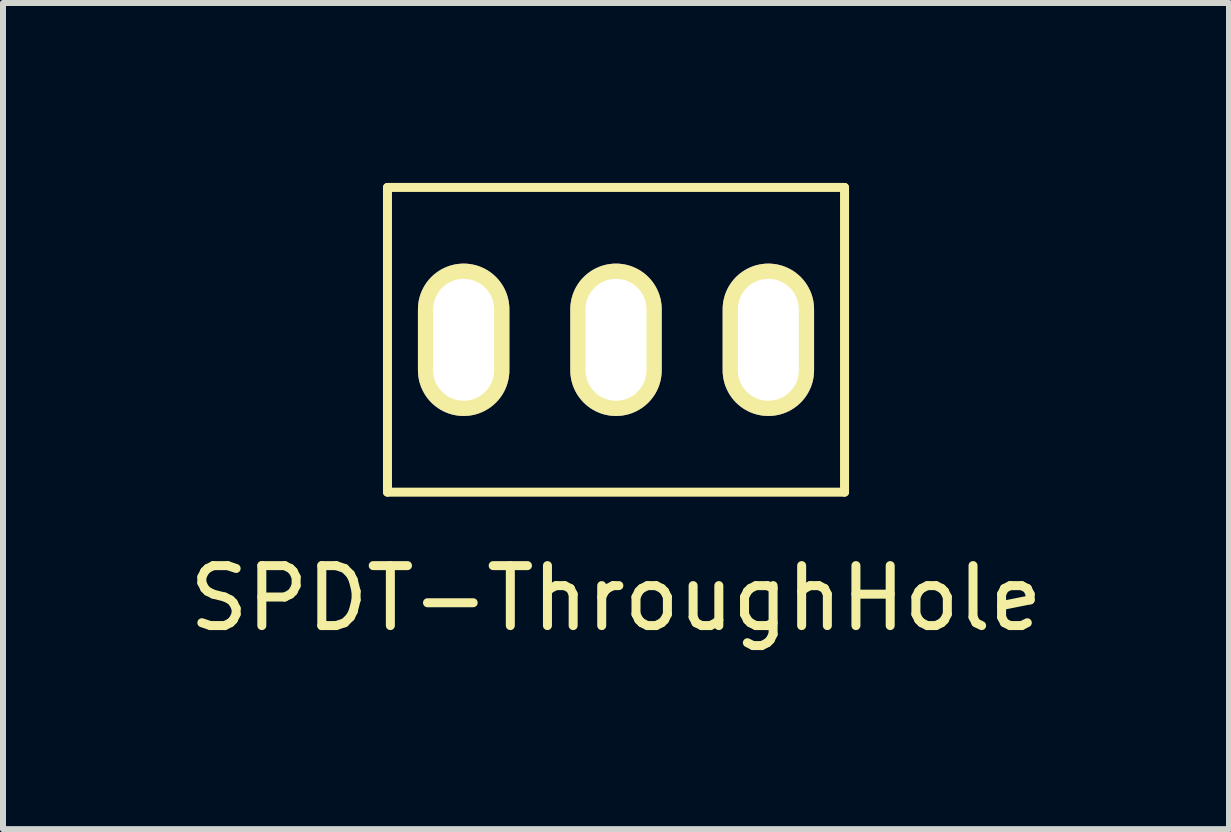
<source format=kicad_pcb>
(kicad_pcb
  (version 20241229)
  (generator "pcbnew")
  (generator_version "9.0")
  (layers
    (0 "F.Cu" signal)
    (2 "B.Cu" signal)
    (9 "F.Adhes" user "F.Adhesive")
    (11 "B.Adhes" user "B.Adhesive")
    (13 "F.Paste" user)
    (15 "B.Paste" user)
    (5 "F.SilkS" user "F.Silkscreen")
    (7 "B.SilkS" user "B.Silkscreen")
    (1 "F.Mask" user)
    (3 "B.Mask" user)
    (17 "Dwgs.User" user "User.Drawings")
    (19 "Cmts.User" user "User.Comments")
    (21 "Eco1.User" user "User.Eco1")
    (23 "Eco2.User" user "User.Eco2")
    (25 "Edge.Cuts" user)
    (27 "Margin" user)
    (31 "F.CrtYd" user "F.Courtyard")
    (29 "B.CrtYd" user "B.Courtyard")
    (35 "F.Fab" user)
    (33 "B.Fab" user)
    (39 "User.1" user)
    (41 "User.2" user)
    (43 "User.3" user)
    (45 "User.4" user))
  (footprint "SPDT-ThroughHole"
    (layer "F.Cu")
    (at 7.22 2.615)
    (property "Reference" "SPDT-ThroughHole" (at 0 4.31 0) (layer "F.SilkS") (effects (font (size 1 1) (thickness 0.15))))
    (attr through_hole)
    (fp_line (start -3.81 -2.54) (end -3.81 2.54) (stroke (width 0.15) (type solid)) (layer "F.SilkS"))
    (fp_line (start -3.81 2.54) (end 3.81 2.54) (stroke (width 0.15) (type solid)) (layer "F.SilkS"))
    (fp_line (start 3.81 -2.54) (end -3.81 -2.54) (stroke (width 0.15) (type solid)) (layer "F.SilkS"))
    (fp_line (start 3.81 2.54) (end 3.81 -2.54) (stroke (width 0.15) (type solid)) (layer "F.SilkS"))
    (pad "1" thru_hole oval (at -2.54 0) (size 1.524 2.54) (drill oval 1.016 2.032) (layers "*.Cu" "*.Mask" "F.SilkS"))
    (pad "2" thru_hole oval (at 0 0) (size 1.524 2.54) (drill oval 1.016 2.032) (layers "*.Cu" "*.Mask" "F.SilkS"))
    (pad "3" thru_hole oval (at 2.54 0) (size 1.524 2.54) (drill oval 1.016 2.032) (layers "*.Cu" "*.Mask" "F.SilkS")))
  (gr_rect
    (start -3 -3)
    (end 17.44 10.773)
    (stroke (width 0.1) (type default))
    (fill no)
    (layer "Edge.Cuts")))
</source>
